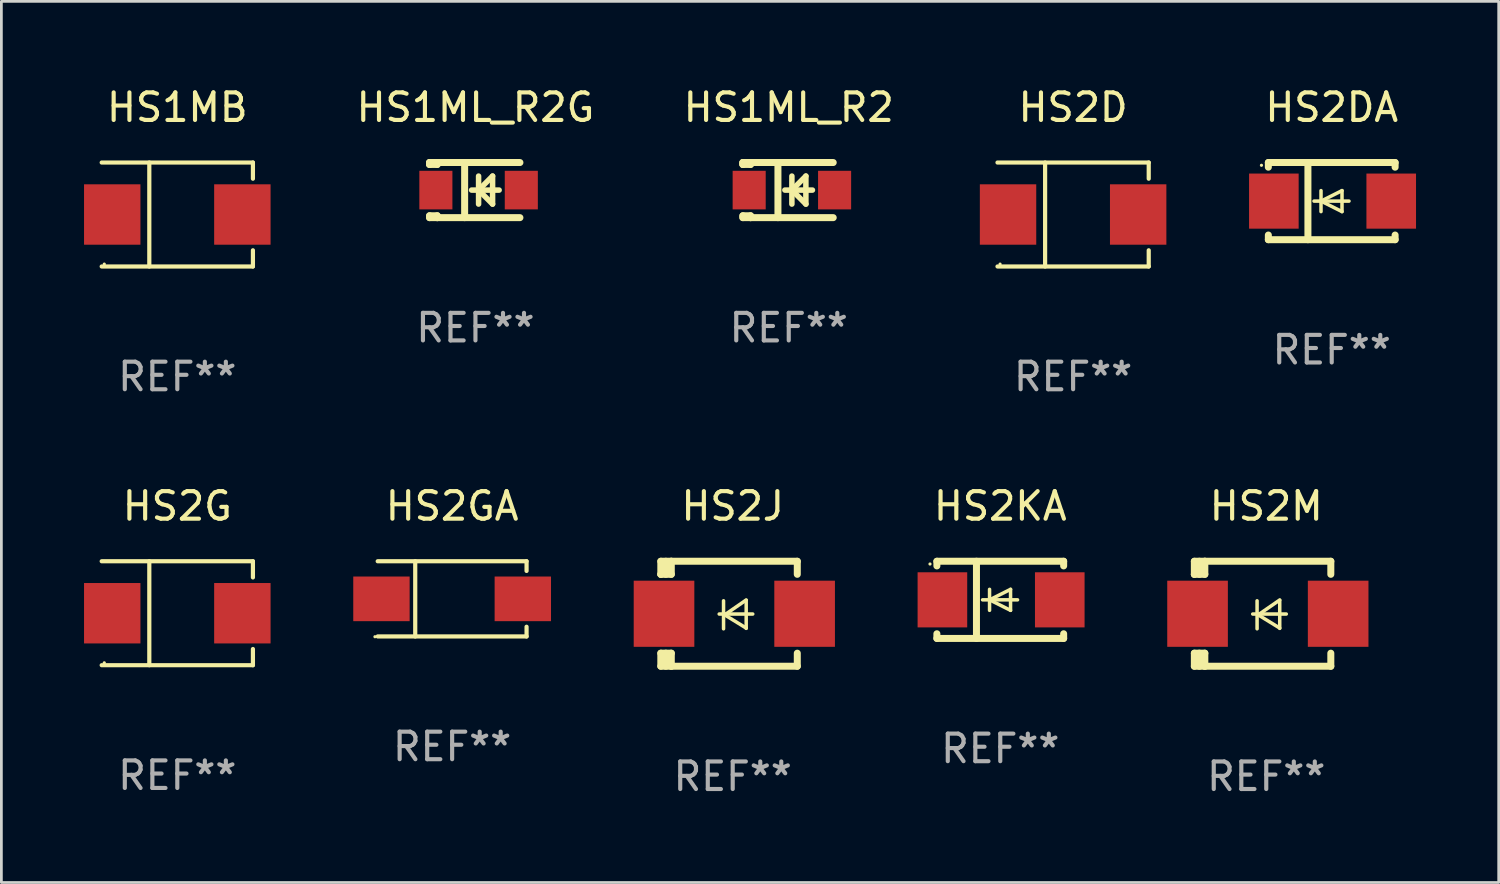
<source format=kicad_pcb>
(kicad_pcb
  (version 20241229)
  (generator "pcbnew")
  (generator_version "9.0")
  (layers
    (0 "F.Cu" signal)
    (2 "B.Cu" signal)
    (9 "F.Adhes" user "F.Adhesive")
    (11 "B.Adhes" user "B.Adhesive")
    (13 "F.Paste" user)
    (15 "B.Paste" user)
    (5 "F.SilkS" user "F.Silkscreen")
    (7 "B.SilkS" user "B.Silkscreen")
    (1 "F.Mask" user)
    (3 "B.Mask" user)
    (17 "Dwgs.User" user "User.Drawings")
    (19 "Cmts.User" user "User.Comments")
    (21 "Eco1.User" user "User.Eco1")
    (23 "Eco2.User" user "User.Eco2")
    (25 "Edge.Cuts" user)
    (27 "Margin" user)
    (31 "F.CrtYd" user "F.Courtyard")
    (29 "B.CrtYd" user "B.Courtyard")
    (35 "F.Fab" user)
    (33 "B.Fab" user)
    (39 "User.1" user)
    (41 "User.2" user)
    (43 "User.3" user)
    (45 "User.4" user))
  (footprint "HS1ML_R2G"
    (layer "F.Cu")
    (at 14.203 3.848)
    (property "Reference" "HS1ML_R2G" (at 0 -3 0) (layer "F.SilkS") (effects (font (size 1 1) (thickness 0.15))))
    (attr through_hole)
    (fp_line (start -1.664 -1) (end -1.664 -0.931) (stroke (width 0.254) (type solid)) (layer "F.SilkS"))
    (fp_line (start -1.664 -0.931) (end -1.664 -1) (stroke (width 0.254) (type solid)) (layer "F.SilkS"))
    (fp_line (start -1.664 0.931) (end -1.386 0.931) (stroke (width 0.254) (type solid)) (layer "F.SilkS"))
    (fp_line (start -1.664 1) (end -1.664 0.931) (stroke (width 0.254) (type solid)) (layer "F.SilkS"))
    (fp_line (start -1.386 -1) (end -1.664 -1) (stroke (width 0.254) (type solid)) (layer "F.SilkS"))
    (fp_line (start -1.386 -1) (end -1.386 -0.931) (stroke (width 0.254) (type solid)) (layer "F.SilkS"))
    (fp_line (start -1.386 -1) (end 1.614 -1) (stroke (width 0.254) (type solid)) (layer "F.SilkS"))
    (fp_line (start -1.386 -0.931) (end -1.664 -0.931) (stroke (width 0.254) (type solid)) (layer "F.SilkS"))
    (fp_line (start -1.386 0.931) (end -1.386 1) (stroke (width 0.254) (type solid)) (layer "F.SilkS"))
    (fp_line (start -1.386 1) (end -1.664 1) (stroke (width 0.254) (type solid)) (layer "F.SilkS"))
    (fp_line (start -1.386 1) (end 1.614 1) (stroke (width 0.254) (type solid)) (layer "F.SilkS"))
    (fp_line (start -0.392 -1) (end -0.392 1) (stroke (width 0.254) (type solid)) (layer "F.SilkS"))
    (fp_line (start -0.14 0) (end 0.86 0) (stroke (width 0.2) (type solid)) (layer "F.SilkS"))
    (fp_line (start 0.114 -0.508) (end 0.114 0.508) (stroke (width 0.2) (type solid)) (layer "F.SilkS"))
    (fp_line (start 0.114 0) (end 0.622 -0.508) (stroke (width 0.2) (type solid)) (layer "F.SilkS"))
    (fp_line (start 0.622 -0.508) (end 0.622 0.508) (stroke (width 0.2) (type solid)) (layer "F.SilkS"))
    (fp_line (start 0.622 0.508) (end 0.114 0) (stroke (width 0.2) (type solid)) (layer "F.SilkS"))
    (fp_circle (center -1.692 0.9) (end -1.662 0.9) (stroke (width 0.06) (type solid)) (fill no) (layer "F.SilkS"))
    (fp_text user "REF**" (at 0 5 0) (layer "F.Fab") (effects (font (size 1 1) (thickness 0.15))))
    (pad "1" smd rect (at -1.436 0) (size 1.2 1.4) (layers "F.Cu" "F.Mask" "F.Paste"))
    (pad "2" smd rect (at 1.664 0) (size 1.2 1.4) (layers "F.Cu" "F.Mask" "F.Paste")))
  (footprint "HS1ML_R2"
    (layer "F.Cu")
    (at 25.572 3.848)
    (property "Reference" "HS1ML_R2" (at 0 -3 0) (layer "F.SilkS") (effects (font (size 1 1) (thickness 0.15))))
    (attr through_hole)
    (fp_line (start -1.664 -1) (end -1.664 -0.931) (stroke (width 0.254) (type solid)) (layer "F.SilkS"))
    (fp_line (start -1.664 -0.931) (end -1.664 -1) (stroke (width 0.254) (type solid)) (layer "F.SilkS"))
    (fp_line (start -1.664 0.931) (end -1.386 0.931) (stroke (width 0.254) (type solid)) (layer "F.SilkS"))
    (fp_line (start -1.664 1) (end -1.664 0.931) (stroke (width 0.254) (type solid)) (layer "F.SilkS"))
    (fp_line (start -1.386 -1) (end -1.664 -1) (stroke (width 0.254) (type solid)) (layer "F.SilkS"))
    (fp_line (start -1.386 -1) (end -1.386 -0.931) (stroke (width 0.254) (type solid)) (layer "F.SilkS"))
    (fp_line (start -1.386 -1) (end 1.614 -1) (stroke (width 0.254) (type solid)) (layer "F.SilkS"))
    (fp_line (start -1.386 -0.931) (end -1.664 -0.931) (stroke (width 0.254) (type solid)) (layer "F.SilkS"))
    (fp_line (start -1.386 0.931) (end -1.386 1) (stroke (width 0.254) (type solid)) (layer "F.SilkS"))
    (fp_line (start -1.386 1) (end -1.664 1) (stroke (width 0.254) (type solid)) (layer "F.SilkS"))
    (fp_line (start -1.386 1) (end 1.614 1) (stroke (width 0.254) (type solid)) (layer "F.SilkS"))
    (fp_line (start -0.392 -1) (end -0.392 1) (stroke (width 0.254) (type solid)) (layer "F.SilkS"))
    (fp_line (start -0.14 0) (end 0.86 0) (stroke (width 0.2) (type solid)) (layer "F.SilkS"))
    (fp_line (start 0.114 -0.508) (end 0.114 0.508) (stroke (width 0.2) (type solid)) (layer "F.SilkS"))
    (fp_line (start 0.114 0) (end 0.622 -0.508) (stroke (width 0.2) (type solid)) (layer "F.SilkS"))
    (fp_line (start 0.622 -0.508) (end 0.622 0.508) (stroke (width 0.2) (type solid)) (layer "F.SilkS"))
    (fp_line (start 0.622 0.508) (end 0.114 0) (stroke (width 0.2) (type solid)) (layer "F.SilkS"))
    (fp_circle (center -1.692 0.9) (end -1.662 0.9) (stroke (width 0.06) (type solid)) (fill no) (layer "F.SilkS"))
    (fp_text user "REF**" (at 0 5 0) (layer "F.Fab") (effects (font (size 1 1) (thickness 0.15))))
    (pad "1" smd rect (at -1.436 0) (size 1.2 1.4) (layers "F.Cu" "F.Mask" "F.Paste"))
    (pad "2" smd rect (at 1.664 0) (size 1.2 1.4) (layers "F.Cu" "F.Mask" "F.Paste")))
  (footprint "HS2KA"
    (layer "F.Cu")
    (at 33.248 18.717)
    (property "Reference" "HS2KA" (at 0 -3.4 0) (layer "F.SilkS") (effects (font (size 1 1) (thickness 0.15))))
    (attr through_hole)
    (fp_line (start -2.3 -1.4) (end -2.3 -1.231) (stroke (width 0.254) (type solid)) (layer "F.SilkS"))
    (fp_line (start -2.3 -1.4) (end 2.3 -1.4) (stroke (width 0.254) (type solid)) (layer "F.SilkS"))
    (fp_line (start -2.3 1.231) (end -2.3 1.4) (stroke (width 0.254) (type solid)) (layer "F.SilkS"))
    (fp_line (start -2.3 1.4) (end 2.3 1.4) (stroke (width 0.254) (type solid)) (layer "F.SilkS"))
    (fp_line (start -0.864 1.4) (end -0.864 -1.4) (stroke (width 0.254) (type solid)) (layer "F.SilkS"))
    (fp_line (start -0.389 0) (end -0.389 -0.381) (stroke (width 0.127) (type solid)) (layer "F.SilkS"))
    (fp_line (start -0.389 0) (end -0.389 0.381) (stroke (width 0.127) (type solid)) (layer "F.SilkS"))
    (fp_line (start 0.373 -0.381) (end -0.389 0) (stroke (width 0.127) (type solid)) (layer "F.SilkS"))
    (fp_line (start 0.373 0) (end 0.373 -0.381) (stroke (width 0.127) (type solid)) (layer "F.SilkS"))
    (fp_line (start 0.373 0) (end 0.373 0.381) (stroke (width 0.127) (type solid)) (layer "F.SilkS"))
    (fp_line (start 0.373 0.381) (end -0.389 0) (stroke (width 0.127) (type solid)) (layer "F.SilkS"))
    (fp_line (start 0.627 0) (end -0.643 0) (stroke (width 0.127) (type solid)) (layer "F.SilkS"))
    (fp_line (start 2.3 -1.4) (end 2.3 -1.231) (stroke (width 0.254) (type solid)) (layer "F.SilkS"))
    (fp_line (start 2.3 1.231) (end 2.3 1.4) (stroke (width 0.254) (type solid)) (layer "F.SilkS"))
    (fp_circle (center -2.55 -1.3) (end -2.52 -1.3) (stroke (width 0.06) (type solid)) (fill no) (layer "F.SilkS"))
    (fp_text user "REF**" (at 0 5.4 0) (layer "F.Fab") (effects (font (size 1 1) (thickness 0.15))))
    (pad "1" smd rect (at -2.1 0 180) (size 1.8 2) (layers "F.Cu" "F.Mask" "F.Paste"))
    (pad "2" smd rect (at 2.159 0 180) (size 1.8 2) (layers "F.Cu" "F.Mask" "F.Paste")))
  (footprint "HS2DA"
    (layer "F.Cu")
    (at 45.276 4.248)
    (property "Reference" "HS2DA" (at 0 -3.4 0) (layer "F.SilkS") (effects (font (size 1 1) (thickness 0.15))))
    (attr through_hole)
    (fp_line (start -2.3 -1.4) (end -2.3 -1.231) (stroke (width 0.254) (type solid)) (layer "F.SilkS"))
    (fp_line (start -2.3 -1.4) (end 2.3 -1.4) (stroke (width 0.254) (type solid)) (layer "F.SilkS"))
    (fp_line (start -2.3 1.231) (end -2.3 1.4) (stroke (width 0.254) (type solid)) (layer "F.SilkS"))
    (fp_line (start -2.3 1.4) (end 2.3 1.4) (stroke (width 0.254) (type solid)) (layer "F.SilkS"))
    (fp_line (start -0.864 1.4) (end -0.864 -1.4) (stroke (width 0.254) (type solid)) (layer "F.SilkS"))
    (fp_line (start -0.389 0) (end -0.389 -0.381) (stroke (width 0.127) (type solid)) (layer "F.SilkS"))
    (fp_line (start -0.389 0) (end -0.389 0.381) (stroke (width 0.127) (type solid)) (layer "F.SilkS"))
    (fp_line (start 0.373 -0.381) (end -0.389 0) (stroke (width 0.127) (type solid)) (layer "F.SilkS"))
    (fp_line (start 0.373 0) (end 0.373 -0.381) (stroke (width 0.127) (type solid)) (layer "F.SilkS"))
    (fp_line (start 0.373 0) (end 0.373 0.381) (stroke (width 0.127) (type solid)) (layer "F.SilkS"))
    (fp_line (start 0.373 0.381) (end -0.389 0) (stroke (width 0.127) (type solid)) (layer "F.SilkS"))
    (fp_line (start 0.627 0) (end -0.643 0) (stroke (width 0.127) (type solid)) (layer "F.SilkS"))
    (fp_line (start 2.3 -1.4) (end 2.3 -1.231) (stroke (width 0.254) (type solid)) (layer "F.SilkS"))
    (fp_line (start 2.3 1.231) (end 2.3 1.4) (stroke (width 0.254) (type solid)) (layer "F.SilkS"))
    (fp_circle (center -2.55 -1.3) (end -2.52 -1.3) (stroke (width 0.06) (type solid)) (fill no) (layer "F.SilkS"))
    (fp_text user "REF**" (at 0 5.4 0) (layer "F.Fab") (effects (font (size 1 1) (thickness 0.15))))
    (pad "1" smd rect (at -2.1 0 180) (size 1.8 2) (layers "F.Cu" "F.Mask" "F.Paste"))
    (pad "2" smd rect (at 2.159 0 180) (size 1.8 2) (layers "F.Cu" "F.Mask" "F.Paste")))
  (footprint "HS2D"
    (layer "F.Cu")
    (at 35.891 4.734)
    (property "Reference" "HS2D" (at 0 -3.886 0) (layer "F.SilkS") (effects (font (size 1 1) (thickness 0.15))))
    (attr through_hole)
    (fp_line (start -2.744 -1.886) (end 2.744 -1.886) (stroke (width 0.152) (type solid)) (layer "F.SilkS"))
    (fp_line (start -2.744 1.886) (end 2.744 1.886) (stroke (width 0.152) (type solid)) (layer "F.SilkS"))
    (fp_line (start -1.016 -1.886) (end -1.016 1.886) (stroke (width 0.152) (type solid)) (layer "F.SilkS"))
    (fp_line (start 2.744 -1.886) (end 2.744 -1.299) (stroke (width 0.152) (type solid)) (layer "F.SilkS"))
    (fp_line (start 2.744 1.886) (end 2.744 1.299) (stroke (width 0.152) (type solid)) (layer "F.SilkS"))
    (fp_circle (center -2.65 1.8) (end -2.62 1.8) (stroke (width 0.06) (type solid)) (fill no) (layer "F.SilkS"))
    (fp_text user "REF**" (at 0 5.886 0) (layer "F.Fab") (effects (font (size 1 1) (thickness 0.15))))
    (pad "1" smd rect (at -2.361 0) (size 2.047 2.192) (layers "F.Cu" "F.Mask" "F.Paste"))
    (pad "2" smd rect (at 2.361 0) (size 2.047 2.192) (layers "F.Cu" "F.Mask" "F.Paste")))
  (footprint "HS2J"
    (layer "F.Cu")
    (at 23.539 19.222)
    (property "Reference" "HS2J" (at 0 -3.905 0) (layer "F.SilkS") (effects (font (size 1 1) (thickness 0.15))))
    (attr through_hole)
    (fp_line (start -2.609 -1.905) (end -2.609 -1.431) (stroke (width 0.254) (type solid)) (layer "F.SilkS"))
    (fp_line (start -2.609 1.431) (end -2.609 1.905) (stroke (width 0.254) (type solid)) (layer "F.SilkS"))
    (fp_line (start -2.609 1.431) (end -2.229 1.431) (stroke (width 0.254) (type solid)) (layer "F.SilkS"))
    (fp_line (start -2.609 1.905) (end -2.229 1.905) (stroke (width 0.254) (type solid)) (layer "F.SilkS"))
    (fp_line (start -2.609 -1.431) (end -2.609 -1.431) (stroke (width 0.254) (type solid)) (layer "F.SilkS"))
    (fp_line (start -2.427 -1.431) (end -2.427 -1.905) (stroke (width 0.254) (type solid)) (layer "F.SilkS"))
    (fp_line (start -2.427 1.905) (end -2.427 1.431) (stroke (width 0.254) (type solid)) (layer "F.SilkS"))
    (fp_line (start -2.229 -1.905) (end -2.609 -1.905) (stroke (width 0.254) (type solid)) (layer "F.SilkS"))
    (fp_line (start -2.229 -1.905) (end 2.343 -1.905) (stroke (width 0.254) (type solid)) (layer "F.SilkS"))
    (fp_line (start -2.229 -1.431) (end -2.609 -1.431) (stroke (width 0.254) (type solid)) (layer "F.SilkS"))
    (fp_line (start -2.229 -1.431) (end -2.229 -1.905) (stroke (width 0.254) (type solid)) (layer "F.SilkS"))
    (fp_line (start -2.229 1.905) (end -2.229 1.431) (stroke (width 0.254) (type solid)) (layer "F.SilkS"))
    (fp_line (start -0.491 0.01) (end 0.727 0.01) (stroke (width 0.127) (type solid)) (layer "F.SilkS"))
    (fp_line (start -0.333 -0.47) (end -0.333 0.546) (stroke (width 0.127) (type solid)) (layer "F.SilkS"))
    (fp_line (start -0.293 0.04) (end 0.489 0.52) (stroke (width 0.127) (type solid)) (layer "F.SilkS"))
    (fp_line (start 0.489 -0.5) (end -0.293 0.04) (stroke (width 0.127) (type solid)) (layer "F.SilkS"))
    (fp_line (start 0.489 0.53) (end 0.489 -0.486) (stroke (width 0.127) (type solid)) (layer "F.SilkS"))
    (fp_line (start 2.343 -1.905) (end 2.343 -1.431) (stroke (width 0.254) (type solid)) (layer "F.SilkS"))
    (fp_line (start 2.343 1.431) (end 2.343 1.905) (stroke (width 0.254) (type solid)) (layer "F.SilkS"))
    (fp_line (start 2.343 1.905) (end -2.229 1.905) (stroke (width 0.254) (type solid)) (layer "F.SilkS"))
    (fp_circle (center -2.643 1.8) (end -2.613 1.8) (stroke (width 0.06) (type solid)) (fill no) (layer "F.SilkS"))
    (fp_text user "REF**" (at 0 5.905 0) (layer "F.Fab") (effects (font (size 1 1) (thickness 0.15))))
    (pad "1" smd rect (at -2.493 0) (size 2.2 2.4) (layers "F.Cu" "F.Mask" "F.Paste"))
    (pad "2" smd rect (at 2.609 0) (size 2.2 2.4) (layers "F.Cu" "F.Mask" "F.Paste")))
  (footprint "HS1MB"
    (layer "F.Cu")
    (at 3.384 4.734)
    (property "Reference" "HS1MB" (at 0 -3.886 0) (layer "F.SilkS") (effects (font (size 1 1) (thickness 0.15))))
    (attr through_hole)
    (fp_line (start -2.744 -1.886) (end 2.744 -1.886) (stroke (width 0.152) (type solid)) (layer "F.SilkS"))
    (fp_line (start -2.744 1.886) (end 2.744 1.886) (stroke (width 0.152) (type solid)) (layer "F.SilkS"))
    (fp_line (start -1.016 -1.886) (end -1.016 1.886) (stroke (width 0.152) (type solid)) (layer "F.SilkS"))
    (fp_line (start 2.744 -1.886) (end 2.744 -1.299) (stroke (width 0.152) (type solid)) (layer "F.SilkS"))
    (fp_line (start 2.744 1.886) (end 2.744 1.299) (stroke (width 0.152) (type solid)) (layer "F.SilkS"))
    (fp_circle (center -2.65 1.8) (end -2.62 1.8) (stroke (width 0.06) (type solid)) (fill no) (layer "F.SilkS"))
    (fp_text user "REF**" (at 0 5.886 0) (layer "F.Fab") (effects (font (size 1 1) (thickness 0.15))))
    (pad "1" smd rect (at -2.361 0) (size 2.047 2.192) (layers "F.Cu" "F.Mask" "F.Paste"))
    (pad "2" smd rect (at 2.361 0) (size 2.047 2.192) (layers "F.Cu" "F.Mask" "F.Paste")))
  (footprint "HS2M"
    (layer "F.Cu")
    (at 42.9 19.222)
    (property "Reference" "HS2M" (at 0 -3.905 0) (layer "F.SilkS") (effects (font (size 1 1) (thickness 0.15))))
    (attr through_hole)
    (fp_line (start -2.609 -1.905) (end -2.609 -1.431) (stroke (width 0.254) (type solid)) (layer "F.SilkS"))
    (fp_line (start -2.609 1.431) (end -2.609 1.905) (stroke (width 0.254) (type solid)) (layer "F.SilkS"))
    (fp_line (start -2.609 1.431) (end -2.229 1.431) (stroke (width 0.254) (type solid)) (layer "F.SilkS"))
    (fp_line (start -2.609 1.905) (end -2.229 1.905) (stroke (width 0.254) (type solid)) (layer "F.SilkS"))
    (fp_line (start -2.609 -1.431) (end -2.609 -1.431) (stroke (width 0.254) (type solid)) (layer "F.SilkS"))
    (fp_line (start -2.427 -1.431) (end -2.427 -1.905) (stroke (width 0.254) (type solid)) (layer "F.SilkS"))
    (fp_line (start -2.427 1.905) (end -2.427 1.431) (stroke (width 0.254) (type solid)) (layer "F.SilkS"))
    (fp_line (start -2.229 -1.905) (end -2.609 -1.905) (stroke (width 0.254) (type solid)) (layer "F.SilkS"))
    (fp_line (start -2.229 -1.905) (end 2.343 -1.905) (stroke (width 0.254) (type solid)) (layer "F.SilkS"))
    (fp_line (start -2.229 -1.431) (end -2.609 -1.431) (stroke (width 0.254) (type solid)) (layer "F.SilkS"))
    (fp_line (start -2.229 -1.431) (end -2.229 -1.905) (stroke (width 0.254) (type solid)) (layer "F.SilkS"))
    (fp_line (start -2.229 1.905) (end -2.229 1.431) (stroke (width 0.254) (type solid)) (layer "F.SilkS"))
    (fp_line (start -0.491 0.01) (end 0.727 0.01) (stroke (width 0.127) (type solid)) (layer "F.SilkS"))
    (fp_line (start -0.333 -0.47) (end -0.333 0.546) (stroke (width 0.127) (type solid)) (layer "F.SilkS"))
    (fp_line (start -0.293 0.04) (end 0.489 0.52) (stroke (width 0.127) (type solid)) (layer "F.SilkS"))
    (fp_line (start 0.489 -0.5) (end -0.293 0.04) (stroke (width 0.127) (type solid)) (layer "F.SilkS"))
    (fp_line (start 0.489 0.53) (end 0.489 -0.486) (stroke (width 0.127) (type solid)) (layer "F.SilkS"))
    (fp_line (start 2.343 -1.905) (end 2.343 -1.431) (stroke (width 0.254) (type solid)) (layer "F.SilkS"))
    (fp_line (start 2.343 1.431) (end 2.343 1.905) (stroke (width 0.254) (type solid)) (layer "F.SilkS"))
    (fp_line (start 2.343 1.905) (end -2.229 1.905) (stroke (width 0.254) (type solid)) (layer "F.SilkS"))
    (fp_circle (center -2.643 1.8) (end -2.613 1.8) (stroke (width 0.06) (type solid)) (fill no) (layer "F.SilkS"))
    (fp_text user "REF**" (at 0 5.905 0) (layer "F.Fab") (effects (font (size 1 1) (thickness 0.15))))
    (pad "1" smd rect (at -2.493 0) (size 2.2 2.4) (layers "F.Cu" "F.Mask" "F.Paste"))
    (pad "2" smd rect (at 2.609 0) (size 2.2 2.4) (layers "F.Cu" "F.Mask" "F.Paste")))
  (footprint "HS2G"
    (layer "F.Cu")
    (at 3.384 19.203)
    (property "Reference" "HS2G" (at 0 -3.886 0) (layer "F.SilkS") (effects (font (size 1 1) (thickness 0.15))))
    (attr through_hole)
    (fp_line (start -2.744 -1.886) (end 2.744 -1.886) (stroke (width 0.152) (type solid)) (layer "F.SilkS"))
    (fp_line (start -2.744 1.886) (end 2.744 1.886) (stroke (width 0.152) (type solid)) (layer "F.SilkS"))
    (fp_line (start -1.016 -1.886) (end -1.016 1.886) (stroke (width 0.152) (type solid)) (layer "F.SilkS"))
    (fp_line (start 2.744 -1.886) (end 2.744 -1.299) (stroke (width 0.152) (type solid)) (layer "F.SilkS"))
    (fp_line (start 2.744 1.886) (end 2.744 1.299) (stroke (width 0.152) (type solid)) (layer "F.SilkS"))
    (fp_circle (center -2.65 1.8) (end -2.62 1.8) (stroke (width 0.06) (type solid)) (fill no) (layer "F.SilkS"))
    (fp_text user "REF**" (at 0 5.886 0) (layer "F.Fab") (effects (font (size 1 1) (thickness 0.15))))
    (pad "1" smd rect (at -2.361 0) (size 2.047 2.192) (layers "F.Cu" "F.Mask" "F.Paste"))
    (pad "2" smd rect (at 2.361 0) (size 2.047 2.192) (layers "F.Cu" "F.Mask" "F.Paste")))
  (footprint "HS2GA"
    (layer "F.Cu")
    (at 13.357 18.681)
    (property "Reference" "HS2GA" (at 0 -3.364 0) (layer "F.SilkS") (effects (font (size 1 1) (thickness 0.15))))
    (attr through_hole)
    (fp_line (start -2.701 -1.364) (end 2.701 -1.364) (stroke (width 0.152) (type solid)) (layer "F.SilkS"))
    (fp_line (start -2.701 1.364) (end 2.701 1.364) (stroke (width 0.152) (type solid)) (layer "F.SilkS"))
    (fp_line (start -1.339 -1.364) (end -1.339 1.364) (stroke (width 0.152) (type solid)) (layer "F.SilkS"))
    (fp_line (start 2.701 -1.364) (end 2.701 -1.013) (stroke (width 0.152) (type solid)) (layer "F.SilkS"))
    (fp_line (start 2.701 1.364) (end 2.701 1.013) (stroke (width 0.152) (type solid)) (layer "F.SilkS"))
    (fp_circle (center -2.8 1.375) (end -2.77 1.375) (stroke (width 0.06) (type solid)) (fill no) (layer "F.SilkS"))
    (fp_text user "REF**" (at 0 5.364 0) (layer "F.Fab") (effects (font (size 1 1) (thickness 0.15))))
    (pad "1" smd rect (at -2.565 -0.000025) (size 2.046 1.62) (layers "F.Cu" "F.Mask" "F.Paste"))
    (pad "2" smd rect (at 2.565 -0.000025) (size 2.046 1.62) (layers "F.Cu" "F.Mask" "F.Paste")))
  (gr_rect
    (start -3 -3)
    (end 51.335 28.975)
    (stroke (width 0.1) (type default))
    (fill no)
    (layer "Edge.Cuts")))
</source>
